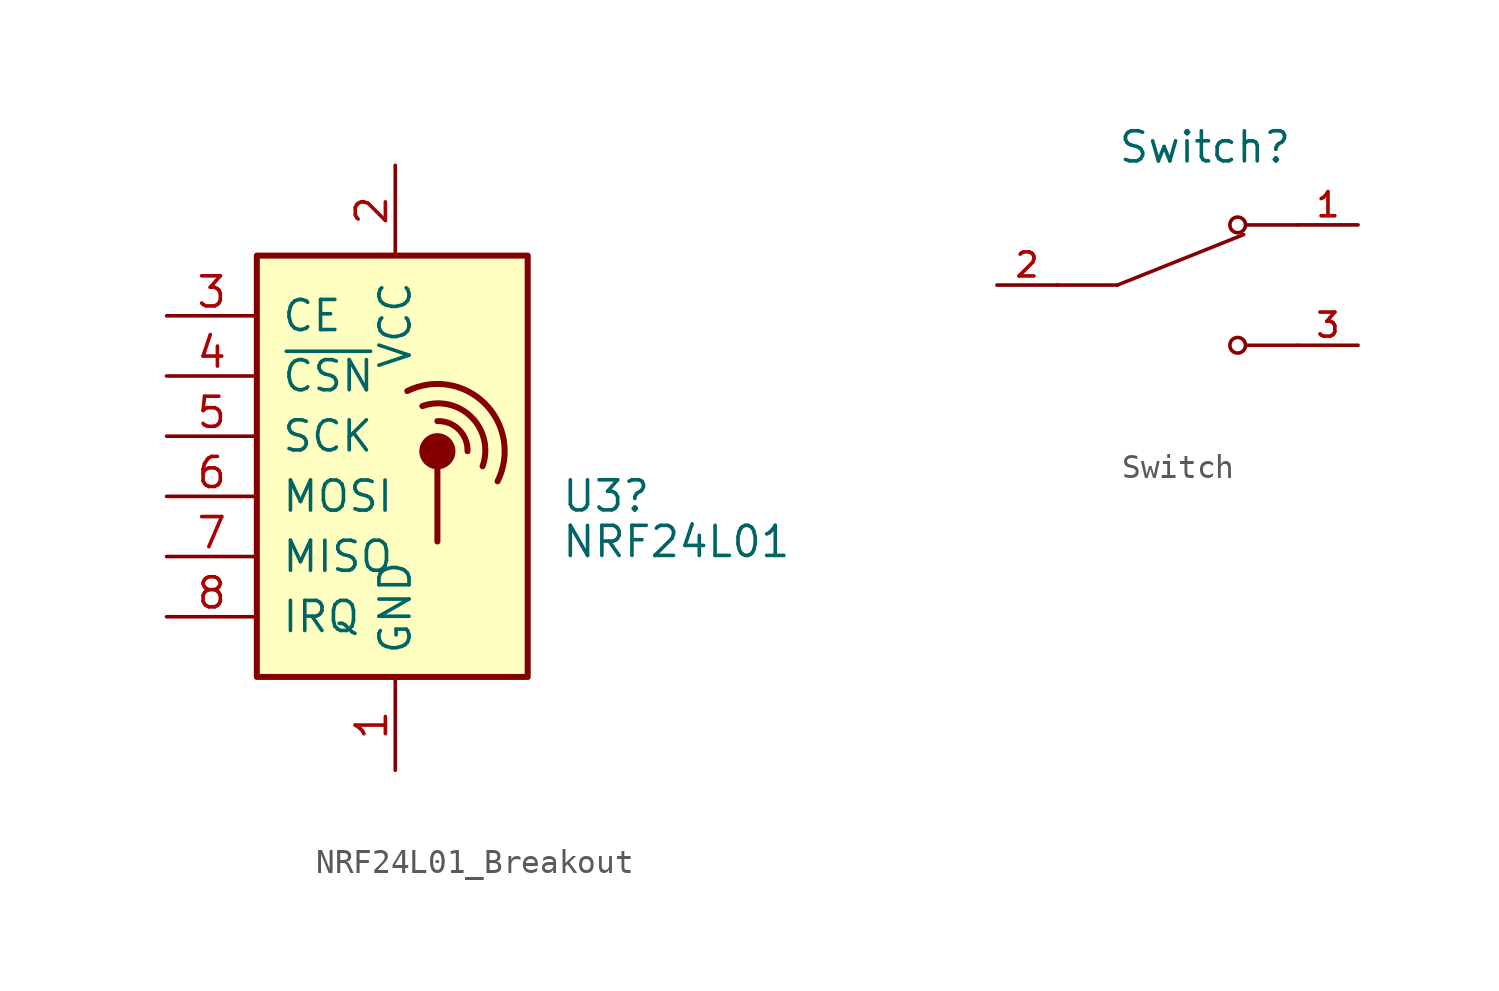
<source format=kicad_sym>
(kicad_symbol_lib
  (version 20220914)
  (generator kicad_symbol_editor)
  (symbol "NRF24L01_Breakout"
    (pin_names
      (offset 1.016))
    (property "Reference" "U3"
      (at 6.985 -1.515 0)
      (effects (font (size 1.27 1.27)) (justify left)))
    (property "Value" "NRF24L01"
      (at 6.985 -3.436 0)
      (effects (font (size 1.27 1.27)) (justify left)))
    (symbol "NRF24L01_Breakout_0_1"
      (rectangle (start -5.842 8.636) (end 5.588 -9.144) (stroke (width 0.254) (type default)) (fill (type background)))
      (polyline (pts (xy 1.778 -0.254) (xy 1.778 -3.429)) (stroke (width 0.254) (type default)) (fill (type none)))
      (circle (center 1.778 0.381) (radius 0.635) (stroke (width 0.254) (type default)) (fill (type outline)))
      (arc (start 3.048 0.381) (mid 2.6888 1.2918) (end 1.778 1.651) (stroke (width 0.254) (type default)) (fill (type none)))
      (arc (start 3.683 -0.254) (mid 3.2165 1.8195) (end 1.143 2.286) (stroke (width 0.254) (type default)) (fill (type none)))
      (arc (start 4.318 -0.889) (mid 3.786 2.389) (end 0.508 2.921) (stroke (width 0.254) (type default)) (fill (type none))))
    (symbol "NRF24L01_Breakout_1_1"
      (pin power_in line (at 0 -13.081 90) (length 3.81) (name "GND" (effects (font (size 1.27 1.27)))) (number "1" (effects (font (size 1.27 1.27)))))
      (pin power_in line (at 0 12.446 270) (length 3.81) (name "VCC" (effects (font (size 1.27 1.27)))) (number "2" (effects (font (size 1.27 1.27)))))
      (pin input line (at -9.652 6.096 0) (length 3.81) (name "CE" (effects (font (size 1.27 1.27)))) (number "3" (effects (font (size 1.27 1.27)))))
      (pin input line (at -9.652 3.556 0) (length 3.81) (name "~{CSN}" (effects (font (size 1.27 1.27)))) (number "4" (effects (font (size 1.27 1.27)))))
      (pin input line (at -9.652 1.016 0) (length 3.81) (name "SCK" (effects (font (size 1.27 1.27)))) (number "5" (effects (font (size 1.27 1.27)))))
      (pin input line (at -9.652 -1.524 0) (length 3.81) (name "MOSI" (effects (font (size 1.27 1.27)))) (number "6" (effects (font (size 1.27 1.27)))))
      (pin output line (at -9.652 -4.064 0) (length 3.81) (name "MISO" (effects (font (size 1.27 1.27)))) (number "7" (effects (font (size 1.27 1.27)))))
      (pin output line (at -9.652 -6.604 0) (length 3.81) (name "IRQ" (effects (font (size 1.27 1.27)))) (number "8" (effects (font (size 1.27 1.27)))))))
  (symbol "Switch"
    (pin_names
      (offset 1.016))
    (property "Reference" "Switch"
      (at -2.54 5.08 0)
      (effects (font (size 1.27 1.27)) (justify left bottom)))
    (property "Value" ""
      (at -2.54 -5.08 0)
      (effects (font (size 1.27 1.27)) (justify left top)))
    (symbol "Switch_0_0"
      (polyline (pts (xy -2.54 0) (xy -5.08 0)) (stroke (width 0.152) (type default)) (fill (type none)))
      (polyline (pts (xy -2.54 0) (xy 2.794 2.134)) (stroke (width 0.152) (type default)) (fill (type none)))
      (polyline (pts (xy 5.08 -2.54) (xy 2.921 -2.54)) (stroke (width 0.152) (type default)) (fill (type none)))
      (polyline (pts (xy 5.08 2.54) (xy 2.921 2.54)) (stroke (width 0.152) (type default)) (fill (type none)))
      (circle (center 2.54 -2.54) (radius 0.33) (stroke (width 0.152) (type default)) (fill (type none)))
      (circle (center 2.54 2.54) (radius 0.33) (stroke (width 0.152) (type default)) (fill (type none)))
      (pin passive line (at 7.62 2.54 180) (length 2.54) (name "~" (effects (font (size 1.016 1.016)))) (number "1" (effects (font (size 1.016 1.016)))))
      (pin passive line (at -7.62 0 0) (length 2.54) (name "~" (effects (font (size 1.016 1.016)))) (number "2" (effects (font (size 1.016 1.016)))))
      (pin passive line (at 7.62 -2.54 180) (length 2.54) (name "~" (effects (font (size 1.016 1.016)))) (number "3" (effects (font (size 1.016 1.016))))))))
</source>
